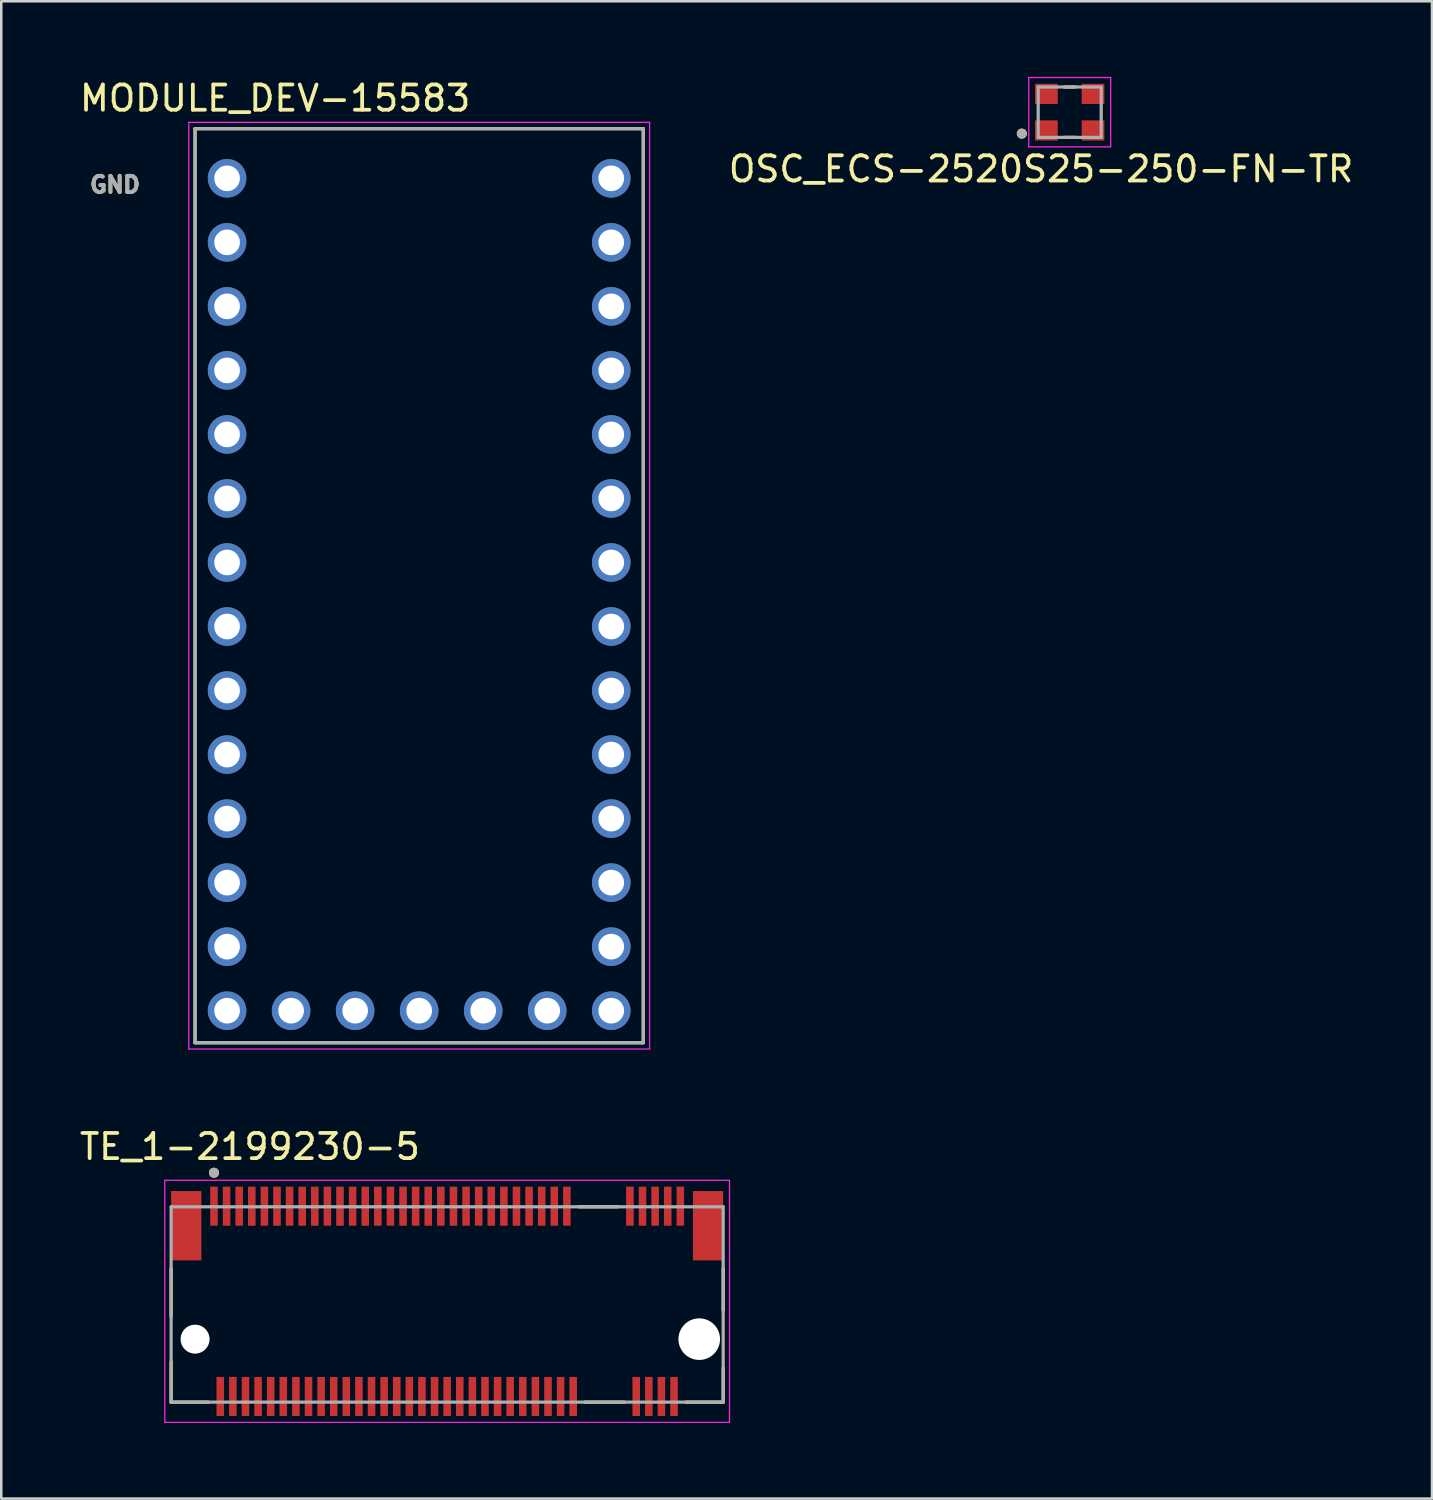
<source format=kicad_pcb>
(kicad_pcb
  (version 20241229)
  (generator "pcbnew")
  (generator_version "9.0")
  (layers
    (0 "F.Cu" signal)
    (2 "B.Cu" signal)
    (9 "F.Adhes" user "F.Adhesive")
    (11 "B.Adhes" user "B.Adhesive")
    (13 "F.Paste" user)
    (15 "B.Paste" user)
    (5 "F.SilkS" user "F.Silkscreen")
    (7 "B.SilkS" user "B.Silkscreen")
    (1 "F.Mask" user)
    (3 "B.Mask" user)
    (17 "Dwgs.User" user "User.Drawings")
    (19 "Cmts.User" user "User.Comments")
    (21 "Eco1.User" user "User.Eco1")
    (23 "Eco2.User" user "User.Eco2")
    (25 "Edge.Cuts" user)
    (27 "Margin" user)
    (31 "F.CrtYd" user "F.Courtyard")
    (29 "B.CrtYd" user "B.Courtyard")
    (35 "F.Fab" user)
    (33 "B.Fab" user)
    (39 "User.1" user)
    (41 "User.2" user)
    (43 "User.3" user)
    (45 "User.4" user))
  (footprint "MODULE_DEV-15583"
    (layer "F.Cu")
    (at 13.578 20.533)
    (property "Reference" "MODULE_DEV-15583" (at -5.715 -19.685 0) (layer "F.SilkS") (effects (font (size 1 1) (thickness 0.15))))
    (attr through_hole)
    (fp_line (start -8.89 -18.48) (end 8.89 -18.48) (stroke (width 0.127) (type solid)) (layer "F.SilkS"))
    (fp_line (start -8.89 17.78) (end -8.89 -18.48) (stroke (width 0.127) (type solid)) (layer "F.SilkS"))
    (fp_line (start 8.89 -18.48) (end 8.89 17.78) (stroke (width 0.127) (type solid)) (layer "F.SilkS"))
    (fp_line (start 8.89 17.78) (end -8.89 17.78) (stroke (width 0.127) (type solid)) (layer "F.SilkS"))
    (fp_line (start -9.14 -18.73) (end 9.14 -18.73) (stroke (width 0.05) (type solid)) (layer "F.CrtYd"))
    (fp_line (start -9.14 18.03) (end -9.14 -18.73) (stroke (width 0.05) (type solid)) (layer "F.CrtYd"))
    (fp_line (start 9.14 -18.73) (end 9.14 18.03) (stroke (width 0.05) (type solid)) (layer "F.CrtYd"))
    (fp_line (start 9.14 18.03) (end -9.14 18.03) (stroke (width 0.05) (type solid)) (layer "F.CrtYd"))
    (fp_line (start -8.89 -18.48) (end 8.89 -18.48) (stroke (width 0.127) (type solid)) (layer "F.Fab"))
    (fp_line (start -8.89 17.78) (end -8.89 -18.48) (stroke (width 0.127) (type solid)) (layer "F.Fab"))
    (fp_line (start 8.89 -18.48) (end 8.89 17.78) (stroke (width 0.127) (type solid)) (layer "F.Fab"))
    (fp_line (start 8.89 17.78) (end -8.89 17.78) (stroke (width 0.127) (type solid)) (layer "F.Fab"))
    (fp_text user "GND" (at -12.065 -16.256 0) (layer "F.SilkS") (effects (font (size 0.64 0.64) (thickness 0.15))))
    (fp_text user "GND" (at -12.065 -16.256 0) (layer "F.Fab") (effects (font (size 0.64 0.64) (thickness 0.15))))
    (pad "0" thru_hole circle (at -7.62 -13.97) (size 1.53 1.53) (drill 1.02) (layers "*.Cu" "*.Mask"))
    (pad "1" thru_hole circle (at -7.62 -11.43) (size 1.53 1.53) (drill 1.02) (layers "*.Cu" "*.Mask"))
    (pad "2" thru_hole circle (at -7.62 -8.89) (size 1.53 1.53) (drill 1.02) (layers "*.Cu" "*.Mask"))
    (pad "3" thru_hole circle (at -7.62 -6.35) (size 1.53 1.53) (drill 1.02) (layers "*.Cu" "*.Mask"))
    (pad "3.3V_1" thru_hole circle (at -2.54 16.51) (size 1.53 1.53) (drill 1.02) (layers "*.Cu" "*.Mask"))
    (pad "3.3V_2" thru_hole circle (at 7.62 -11.43) (size 1.53 1.53) (drill 1.02) (layers "*.Cu" "*.Mask"))
    (pad "4" thru_hole circle (at -7.62 -3.81) (size 1.53 1.53) (drill 1.02) (layers "*.Cu" "*.Mask"))
    (pad "5" thru_hole circle (at -7.62 -1.27) (size 1.53 1.53) (drill 1.02) (layers "*.Cu" "*.Mask"))
    (pad "6" thru_hole circle (at -7.62 1.27) (size 1.53 1.53) (drill 1.02) (layers "*.Cu" "*.Mask"))
    (pad "7" thru_hole circle (at -7.62 3.81) (size 1.53 1.53) (drill 1.02) (layers "*.Cu" "*.Mask"))
    (pad "8" thru_hole circle (at -7.62 6.35) (size 1.53 1.53) (drill 1.02) (layers "*.Cu" "*.Mask"))
    (pad "9" thru_hole circle (at -7.62 8.89) (size 1.53 1.53) (drill 1.02) (layers "*.Cu" "*.Mask"))
    (pad "10" thru_hole circle (at -7.62 11.43) (size 1.53 1.53) (drill 1.02) (layers "*.Cu" "*.Mask"))
    (pad "11" thru_hole circle (at -7.62 13.97) (size 1.53 1.53) (drill 1.02) (layers "*.Cu" "*.Mask"))
    (pad "12" thru_hole circle (at -7.62 16.51) (size 1.53 1.53) (drill 1.02) (layers "*.Cu" "*.Mask"))
    (pad "13" thru_hole circle (at 7.62 16.51) (size 1.53 1.53) (drill 1.02) (layers "*.Cu" "*.Mask"))
    (pad "14" thru_hole circle (at 7.62 13.97) (size 1.53 1.53) (drill 1.02) (layers "*.Cu" "*.Mask"))
    (pad "15" thru_hole circle (at 7.62 11.43) (size 1.53 1.53) (drill 1.02) (layers "*.Cu" "*.Mask"))
    (pad "16" thru_hole circle (at 7.62 8.89) (size 1.53 1.53) (drill 1.02) (layers "*.Cu" "*.Mask"))
    (pad "17" thru_hole circle (at 7.62 6.35) (size 1.53 1.53) (drill 1.02) (layers "*.Cu" "*.Mask"))
    (pad "18" thru_hole circle (at 7.62 3.81) (size 1.53 1.53) (drill 1.02) (layers "*.Cu" "*.Mask"))
    (pad "19" thru_hole circle (at 7.62 1.27) (size 1.53 1.53) (drill 1.02) (layers "*.Cu" "*.Mask"))
    (pad "20" thru_hole circle (at 7.62 -1.27) (size 1.53 1.53) (drill 1.02) (layers "*.Cu" "*.Mask"))
    (pad "21" thru_hole circle (at 7.62 -3.81) (size 1.53 1.53) (drill 1.02) (layers "*.Cu" "*.Mask"))
    (pad "22" thru_hole circle (at 7.62 -6.35) (size 1.53 1.53) (drill 1.02) (layers "*.Cu" "*.Mask"))
    (pad "23" thru_hole circle (at 7.62 -8.89) (size 1.53 1.53) (drill 1.02) (layers "*.Cu" "*.Mask"))
    (pad "G1" thru_hole circle (at -7.62 -16.51) (size 1.53 1.53) (drill 1.02) (layers "*.Cu" "*.Mask"))
    (pad "G2" thru_hole circle (at 0 16.51) (size 1.53 1.53) (drill 1.02) (layers "*.Cu" "*.Mask"))
    (pad "G3" thru_hole circle (at 7.62 -13.97) (size 1.53 1.53) (drill 1.02) (layers "*.Cu" "*.Mask"))
    (pad "ON-OFF" thru_hole circle (at 5.08 16.51) (size 1.53 1.53) (drill 1.02) (layers "*.Cu" "*.Mask"))
    (pad "PGM" thru_hole circle (at 2.54 16.51) (size 1.53 1.53) (drill 1.02) (layers "*.Cu" "*.Mask"))
    (pad "VBAT" thru_hole circle (at -5.08 16.51) (size 1.53 1.53) (drill 1.02) (layers "*.Cu" "*.Mask"))
    (pad "VIN" thru_hole circle (at 7.62 -16.51) (size 1.53 1.53) (drill 1.02) (layers "*.Cu" "*.Mask")))
  (footprint "OSC_ECS-2520S25-250-FN-TR"
    (layer "F.Cu")
    (at 39.384 1.4)
    (property "Reference" "OSC_ECS-2520S25-250-FN-TR" (at -1.135 2.255 0) (layer "F.SilkS") (effects (font (size 1 1) (thickness 0.15))))
    (attr smd)
    (fp_line (start -0.221 -1) (end 0.221 -1) (stroke (width 0.127) (type solid)) (layer "F.SilkS"))
    (fp_line (start -0.221 1) (end 0.221 1) (stroke (width 0.127) (type solid)) (layer "F.SilkS"))
    (fp_circle (center -1.9 0.85) (end -1.8 0.85) (stroke (width 0.2) (type solid)) (fill no) (layer "F.SilkS"))
    (fp_line (start -1.625 -1.375) (end 1.625 -1.375) (stroke (width 0.05) (type solid)) (layer "F.CrtYd"))
    (fp_line (start -1.625 1.375) (end -1.625 -1.375) (stroke (width 0.05) (type solid)) (layer "F.CrtYd"))
    (fp_line (start 1.625 -1.375) (end 1.625 1.375) (stroke (width 0.05) (type solid)) (layer "F.CrtYd"))
    (fp_line (start 1.625 1.375) (end -1.625 1.375) (stroke (width 0.05) (type solid)) (layer "F.CrtYd"))
    (fp_line (start -1.25 -1) (end 1.25 -1) (stroke (width 0.127) (type solid)) (layer "F.Fab"))
    (fp_line (start -1.25 1) (end -1.25 -1) (stroke (width 0.127) (type solid)) (layer "F.Fab"))
    (fp_line (start 1.25 -1) (end 1.25 1) (stroke (width 0.127) (type solid)) (layer "F.Fab"))
    (fp_line (start 1.25 1) (end -1.25 1) (stroke (width 0.127) (type solid)) (layer "F.Fab"))
    (fp_circle (center -1.9 0.85) (end -1.8 0.85) (stroke (width 0.2) (type solid)) (fill no) (layer "F.Fab"))
    (pad "1" smd rect (at -0.925 0.725 180) (size 0.9 0.8) (layers "F.Cu" "F.Mask" "F.Paste"))
    (pad "2" smd rect (at 0.925 0.725 180) (size 0.9 0.8) (layers "F.Cu" "F.Mask" "F.Paste"))
    (pad "3" smd rect (at 0.925 -0.725 180) (size 0.9 0.8) (layers "F.Cu" "F.Mask" "F.Paste"))
    (pad "4" smd rect (at -0.925 -0.725 180) (size 0.9 0.8) (layers "F.Cu" "F.Mask" "F.Paste")))
  (footprint "TE_1-2199230-5"
    (layer "F.Cu")
    (at 14.688 50.072)
    (property "Reference" "TE_1-2199230-5" (at -7.825 -7.635 0) (layer "F.SilkS") (effects (font (size 1 1) (thickness 0.15))))
    (attr through_hole)
    (fp_line (start -10.95 -2.805) (end -10.95 -0.895) (stroke (width 0.127) (type solid)) (layer "F.SilkS"))
    (fp_line (start -10.95 0.895) (end -10.95 2.5) (stroke (width 0.127) (type solid)) (layer "F.SilkS"))
    (fp_line (start -10.95 2.5) (end -9.47 2.5) (stroke (width 0.127) (type solid)) (layer "F.SilkS"))
    (fp_line (start 5.22 -5.25) (end 6.78 -5.25) (stroke (width 0.127) (type solid)) (layer "F.SilkS"))
    (fp_line (start 5.47 2.5) (end 7.03 2.5) (stroke (width 0.127) (type solid)) (layer "F.SilkS"))
    (fp_line (start 9.47 2.5) (end 10.95 2.5) (stroke (width 0.127) (type solid)) (layer "F.SilkS"))
    (fp_line (start 10.95 -1.145) (end 10.95 -2.8) (stroke (width 0.127) (type solid)) (layer "F.SilkS"))
    (fp_line (start 10.95 2.5) (end 10.95 1.145) (stroke (width 0.127) (type solid)) (layer "F.SilkS"))
    (fp_circle (center -9.25 -6.6) (end -9.15 -6.6) (stroke (width 0.2) (type solid)) (fill no) (layer "F.SilkS"))
    (fp_line (start -11.2 -6.3) (end -11.2 3.3) (stroke (width 0.05) (type solid)) (layer "F.CrtYd"))
    (fp_line (start -11.2 3.3) (end 11.2 3.3) (stroke (width 0.05) (type solid)) (layer "F.CrtYd"))
    (fp_line (start 11.2 -6.3) (end -11.2 -6.3) (stroke (width 0.05) (type solid)) (layer "F.CrtYd"))
    (fp_line (start 11.2 3.3) (end 11.2 -6.3) (stroke (width 0.05) (type solid)) (layer "F.CrtYd"))
    (fp_line (start -10.95 -5.25) (end 10.95 -5.25) (stroke (width 0.127) (type solid)) (layer "F.Fab"))
    (fp_line (start -10.95 2.5) (end -10.95 -5.25) (stroke (width 0.127) (type solid)) (layer "F.Fab"))
    (fp_line (start 10.95 -5.25) (end 10.95 2.5) (stroke (width 0.127) (type solid)) (layer "F.Fab"))
    (fp_line (start 10.95 2.5) (end -10.95 2.5) (stroke (width 0.127) (type solid)) (layer "F.Fab"))
    (fp_circle (center -9.25 -6.6) (end -9.15 -6.6) (stroke (width 0.2) (type solid)) (fill no) (layer "F.Fab"))
    (pad "" np_thru_hole circle (at -10 0) (size 1.15 1.15) (drill 1.15) (layers "*.Cu" "*.Mask"))
    (pad "" np_thru_hole circle (at 10 0) (size 1.65 1.65) (drill 1.65) (layers "*.Cu" "*.Mask"))
    (pad "1" smd rect (at -9.25 -5.275) (size 0.3 1.55) (layers "F.Cu" "F.Mask" "F.Paste"))
    (pad "2" smd rect (at -9 2.275) (size 0.3 1.55) (layers "F.Cu" "F.Mask" "F.Paste"))
    (pad "3" smd rect (at -8.75 -5.275) (size 0.3 1.55) (layers "F.Cu" "F.Mask" "F.Paste"))
    (pad "4" smd rect (at -8.5 2.275) (size 0.3 1.55) (layers "F.Cu" "F.Mask" "F.Paste"))
    (pad "5" smd rect (at -8.25 -5.275) (size 0.3 1.55) (layers "F.Cu" "F.Mask" "F.Paste"))
    (pad "6" smd rect (at -8 2.275) (size 0.3 1.55) (layers "F.Cu" "F.Mask" "F.Paste"))
    (pad "7" smd rect (at -7.75 -5.275) (size 0.3 1.55) (layers "F.Cu" "F.Mask" "F.Paste"))
    (pad "8" smd rect (at -7.5 2.275) (size 0.3 1.55) (layers "F.Cu" "F.Mask" "F.Paste"))
    (pad "9" smd rect (at -7.25 -5.275) (size 0.3 1.55) (layers "F.Cu" "F.Mask" "F.Paste"))
    (pad "10" smd rect (at -7 2.275) (size 0.3 1.55) (layers "F.Cu" "F.Mask" "F.Paste"))
    (pad "11" smd rect (at -6.75 -5.275) (size 0.3 1.55) (layers "F.Cu" "F.Mask" "F.Paste"))
    (pad "12" smd rect (at -6.5 2.275) (size 0.3 1.55) (layers "F.Cu" "F.Mask" "F.Paste"))
    (pad "13" smd rect (at -6.25 -5.275) (size 0.3 1.55) (layers "F.Cu" "F.Mask" "F.Paste"))
    (pad "14" smd rect (at -6 2.275) (size 0.3 1.55) (layers "F.Cu" "F.Mask" "F.Paste"))
    (pad "15" smd rect (at -5.75 -5.275) (size 0.3 1.55) (layers "F.Cu" "F.Mask" "F.Paste"))
    (pad "16" smd rect (at -5.5 2.275) (size 0.3 1.55) (layers "F.Cu" "F.Mask" "F.Paste"))
    (pad "17" smd rect (at -5.25 -5.275) (size 0.3 1.55) (layers "F.Cu" "F.Mask" "F.Paste"))
    (pad "18" smd rect (at -5 2.275) (size 0.3 1.55) (layers "F.Cu" "F.Mask" "F.Paste"))
    (pad "19" smd rect (at -4.75 -5.275) (size 0.3 1.55) (layers "F.Cu" "F.Mask" "F.Paste"))
    (pad "20" smd rect (at -4.5 2.275) (size 0.3 1.55) (layers "F.Cu" "F.Mask" "F.Paste"))
    (pad "21" smd rect (at -4.25 -5.275) (size 0.3 1.55) (layers "F.Cu" "F.Mask" "F.Paste"))
    (pad "22" smd rect (at -4 2.275) (size 0.3 1.55) (layers "F.Cu" "F.Mask" "F.Paste"))
    (pad "23" smd rect (at -3.75 -5.275) (size 0.3 1.55) (layers "F.Cu" "F.Mask" "F.Paste"))
    (pad "24" smd rect (at -3.5 2.275) (size 0.3 1.55) (layers "F.Cu" "F.Mask" "F.Paste"))
    (pad "25" smd rect (at -3.25 -5.275) (size 0.3 1.55) (layers "F.Cu" "F.Mask" "F.Paste"))
    (pad "26" smd rect (at -3 2.275) (size 0.3 1.55) (layers "F.Cu" "F.Mask" "F.Paste"))
    (pad "27" smd rect (at -2.75 -5.275) (size 0.3 1.55) (layers "F.Cu" "F.Mask" "F.Paste"))
    (pad "28" smd rect (at -2.5 2.275) (size 0.3 1.55) (layers "F.Cu" "F.Mask" "F.Paste"))
    (pad "29" smd rect (at -2.25 -5.275) (size 0.3 1.55) (layers "F.Cu" "F.Mask" "F.Paste"))
    (pad "30" smd rect (at -2 2.275) (size 0.3 1.55) (layers "F.Cu" "F.Mask" "F.Paste"))
    (pad "31" smd rect (at -1.75 -5.275) (size 0.3 1.55) (layers "F.Cu" "F.Mask" "F.Paste"))
    (pad "32" smd rect (at -1.5 2.275) (size 0.3 1.55) (layers "F.Cu" "F.Mask" "F.Paste"))
    (pad "33" smd rect (at -1.25 -5.275) (size 0.3 1.55) (layers "F.Cu" "F.Mask" "F.Paste"))
    (pad "34" smd rect (at -1 2.275) (size 0.3 1.55) (layers "F.Cu" "F.Mask" "F.Paste"))
    (pad "35" smd rect (at -0.75 -5.275) (size 0.3 1.55) (layers "F.Cu" "F.Mask" "F.Paste"))
    (pad "36" smd rect (at -0.5 2.275) (size 0.3 1.55) (layers "F.Cu" "F.Mask" "F.Paste"))
    (pad "37" smd rect (at -0.25 -5.275) (size 0.3 1.55) (layers "F.Cu" "F.Mask" "F.Paste"))
    (pad "38" smd rect (at 0 2.275) (size 0.3 1.55) (layers "F.Cu" "F.Mask" "F.Paste"))
    (pad "39" smd rect (at 0.25 -5.275) (size 0.3 1.55) (layers "F.Cu" "F.Mask" "F.Paste"))
    (pad "40" smd rect (at 0.5 2.275) (size 0.3 1.55) (layers "F.Cu" "F.Mask" "F.Paste"))
    (pad "41" smd rect (at 0.75 -5.275) (size 0.3 1.55) (layers "F.Cu" "F.Mask" "F.Paste"))
    (pad "42" smd rect (at 1 2.275) (size 0.3 1.55) (layers "F.Cu" "F.Mask" "F.Paste"))
    (pad "43" smd rect (at 1.25 -5.275) (size 0.3 1.55) (layers "F.Cu" "F.Mask" "F.Paste"))
    (pad "44" smd rect (at 1.5 2.275) (size 0.3 1.55) (layers "F.Cu" "F.Mask" "F.Paste"))
    (pad "45" smd rect (at 1.75 -5.275) (size 0.3 1.55) (layers "F.Cu" "F.Mask" "F.Paste"))
    (pad "46" smd rect (at 2 2.275) (size 0.3 1.55) (layers "F.Cu" "F.Mask" "F.Paste"))
    (pad "47" smd rect (at 2.25 -5.275) (size 0.3 1.55) (layers "F.Cu" "F.Mask" "F.Paste"))
    (pad "48" smd rect (at 2.5 2.275) (size 0.3 1.55) (layers "F.Cu" "F.Mask" "F.Paste"))
    (pad "49" smd rect (at 2.75 -5.275) (size 0.3 1.55) (layers "F.Cu" "F.Mask" "F.Paste"))
    (pad "50" smd rect (at 3 2.275) (size 0.3 1.55) (layers "F.Cu" "F.Mask" "F.Paste"))
    (pad "51" smd rect (at 3.25 -5.275) (size 0.3 1.55) (layers "F.Cu" "F.Mask" "F.Paste"))
    (pad "52" smd rect (at 3.5 2.275) (size 0.3 1.55) (layers "F.Cu" "F.Mask" "F.Paste"))
    (pad "53" smd rect (at 3.75 -5.275) (size 0.3 1.55) (layers "F.Cu" "F.Mask" "F.Paste"))
    (pad "54" smd rect (at 4 2.275) (size 0.3 1.55) (layers "F.Cu" "F.Mask" "F.Paste"))
    (pad "55" smd rect (at 4.25 -5.275) (size 0.3 1.55) (layers "F.Cu" "F.Mask" "F.Paste"))
    (pad "56" smd rect (at 4.5 2.275) (size 0.3 1.55) (layers "F.Cu" "F.Mask" "F.Paste"))
    (pad "57" smd rect (at 4.75 -5.275) (size 0.3 1.55) (layers "F.Cu" "F.Mask" "F.Paste"))
    (pad "58" smd rect (at 5 2.275) (size 0.3 1.55) (layers "F.Cu" "F.Mask" "F.Paste"))
    (pad "67" smd rect (at 7.25 -5.275) (size 0.3 1.55) (layers "F.Cu" "F.Mask" "F.Paste"))
    (pad "68" smd rect (at 7.5 2.275) (size 0.3 1.55) (layers "F.Cu" "F.Mask" "F.Paste"))
    (pad "69" smd rect (at 7.75 -5.275) (size 0.3 1.55) (layers "F.Cu" "F.Mask" "F.Paste"))
    (pad "70" smd rect (at 8 2.275) (size 0.3 1.55) (layers "F.Cu" "F.Mask" "F.Paste"))
    (pad "71" smd rect (at 8.25 -5.275) (size 0.3 1.55) (layers "F.Cu" "F.Mask" "F.Paste"))
    (pad "72" smd rect (at 8.5 2.275) (size 0.3 1.55) (layers "F.Cu" "F.Mask" "F.Paste"))
    (pad "73" smd rect (at 8.75 -5.275) (size 0.3 1.55) (layers "F.Cu" "F.Mask" "F.Paste"))
    (pad "74" smd rect (at 9 2.275) (size 0.3 1.55) (layers "F.Cu" "F.Mask" "F.Paste"))
    (pad "75" smd rect (at 9.25 -5.275) (size 0.3 1.55) (layers "F.Cu" "F.Mask" "F.Paste"))
    (pad "S1" smd rect (at -10.35 -4.5) (size 1.2 2.75) (layers "F.Cu" "F.Mask" "F.Paste"))
    (pad "S2" smd rect (at 10.35 -4.5) (size 1.2 2.75) (layers "F.Cu" "F.Mask" "F.Paste")))
  (gr_rect
    (start -3 -3)
    (end 53.755 56.397)
    (stroke (width 0.1) (type default))
    (fill no)
    (layer "Edge.Cuts")))
</source>
